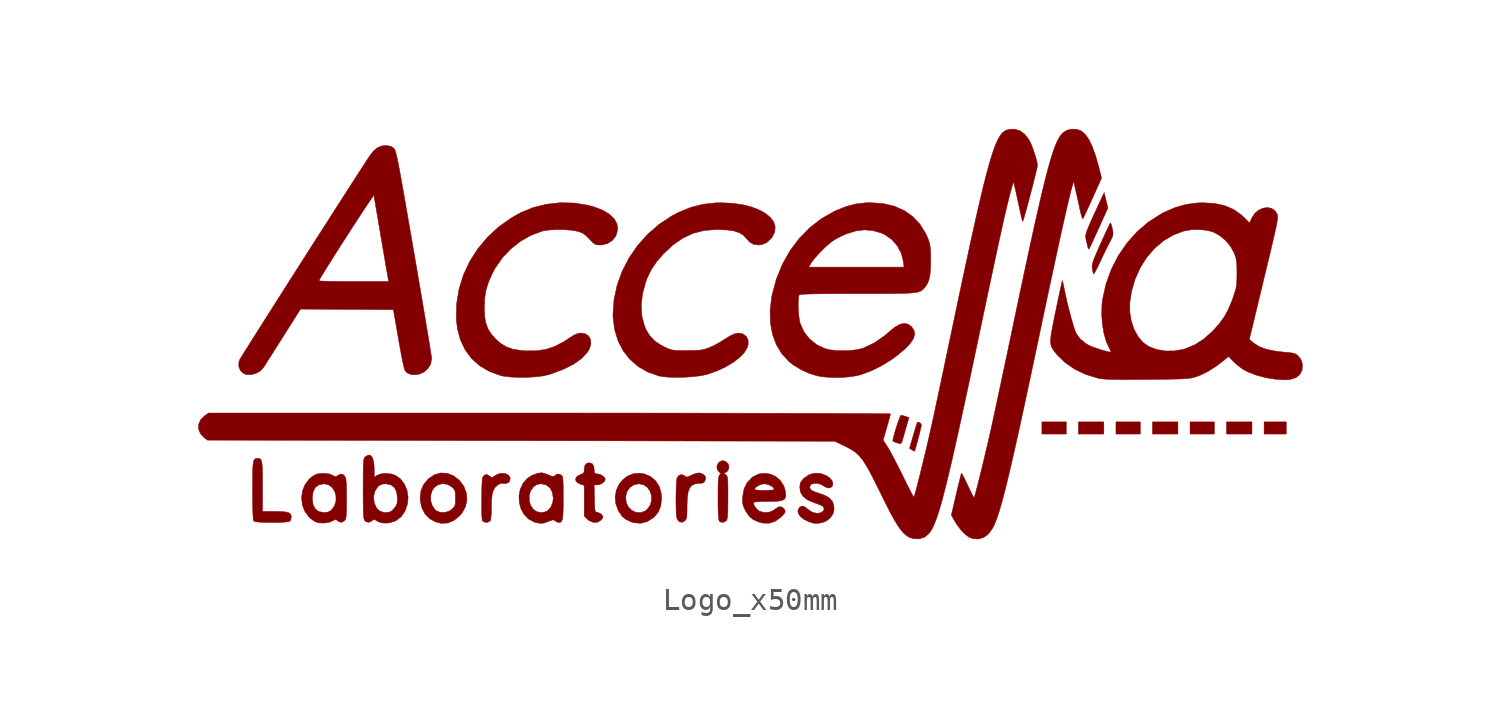
<source format=kicad_sym>
(kicad_symbol_lib
  (version 20211014)
  (generator kicad_symbol_editor)
  (symbol "Logo_x50mm"
    (pin_numbers hide)
    (pin_names
      (offset 0) hide)
    (property "Reference" "G"
      (at 0 10.16 0)
      (effects (font (size 1.27 1.27)) hide))
    (symbol "Logo_x50mm_0_0"
      (polyline (pts (xy 12.996 -4.329) (xy 11.894 -4.329) (xy 11.894 -4.88) (xy 12.996 -4.88) (xy 12.996 -4.329)) (stroke (width 0.01) (type default) (color 0 0 0 0)) (fill (type outline)))
      (polyline (pts (xy 14.699 -4.329) (xy 13.547 -4.329) (xy 13.547 -4.88) (xy 14.699 -4.88) (xy 14.699 -4.329)) (stroke (width 0.01) (type default) (color 0 0 0 0)) (fill (type outline)))
      (polyline (pts (xy 16.352 -4.329) (xy 15.25 -4.329) (xy 15.25 -4.88) (xy 16.352 -4.88) (xy 16.352 -4.329)) (stroke (width 0.01) (type default) (color 0 0 0 0)) (fill (type outline)))
      (polyline (pts (xy 18.056 -4.329) (xy 16.904 -4.329) (xy 16.904 -4.88) (xy 18.056 -4.88) (xy 18.056 -4.329)) (stroke (width 0.01) (type default) (color 0 0 0 0)) (fill (type outline)))
      (polyline (pts (xy 19.709 -4.329) (xy 18.607 -4.329) (xy 18.607 -4.88) (xy 19.709 -4.88) (xy 19.709 -4.329)) (stroke (width 0.01) (type default) (color 0 0 0 0)) (fill (type outline)))
      (polyline (pts (xy 21.412 -4.329) (xy 20.26 -4.329) (xy 20.26 -4.88) (xy 21.412 -4.88) (xy 21.412 -4.329)) (stroke (width 0.01) (type default) (color 0 0 0 0)) (fill (type outline)))
      (polyline (pts (xy 22.965 -4.329) (xy 21.963 -4.329) (xy 21.963 -4.88) (xy 22.965 -4.88) (xy 22.965 -4.329)) (stroke (width 0.01) (type default) (color 0 0 0 0)) (fill (type outline)))
      (polyline (pts (xy 6.123 -5.657) (xy 6.145 -5.598) (xy 6.184 -5.467) (xy 6.234 -5.287) (xy 6.289 -5.081) (xy 6.343 -4.873) (xy 6.388 -4.687) (xy 6.42 -4.545) (xy 6.433 -4.472) (xy 6.431 -4.459) (xy 6.387 -4.388) (xy 6.312 -4.34) (xy 6.249 -4.346) (xy 6.249 -4.346) (xy 6.228 -4.4) (xy 6.186 -4.532) (xy 6.129 -4.72) (xy 6.063 -4.946) (xy 5.895 -5.528) (xy 6.001 -5.599) (xy 6.075 -5.643) (xy 6.122 -5.657) (xy 6.123 -5.657)) (stroke (width 0.01) (type default) (color 0 0 0 0)) (fill (type outline)))
      (polyline (pts (xy 5.54 -5.266) (xy 5.578 -5.143) (xy 5.585 -5.12) (xy 5.628 -4.966) (xy 5.686 -4.761) (xy 5.749 -4.545) (xy 5.869 -4.134) (xy 5.717 -4.081) (xy 5.594 -4.044) (xy 5.507 -4.029) (xy 5.498 -4.036) (xy 5.459 -4.114) (xy 5.404 -4.257) (xy 5.34 -4.441) (xy 5.275 -4.646) (xy 5.215 -4.846) (xy 5.168 -5.022) (xy 5.14 -5.148) (xy 5.139 -5.204) (xy 5.14 -5.204) (xy 5.197 -5.229) (xy 5.306 -5.27) (xy 5.411 -5.306) (xy 5.495 -5.315) (xy 5.54 -5.266)) (stroke (width 0.01) (type default) (color 0 0 0 0)) (fill (type outline)))
      (polyline (pts (xy 14.03 3.502) (xy 14.063 3.57) (xy 14.13 3.711) (xy 14.224 3.913) (xy 14.338 4.162) (xy 14.465 4.443) (xy 14.883 5.366) (xy 14.798 5.716) (xy 14.714 6.066) (xy 14.587 5.791) (xy 14.493 5.588) (xy 14.315 5.201) (xy 14.172 4.89) (xy 14.063 4.645) (xy 13.982 4.455) (xy 13.928 4.311) (xy 13.894 4.202) (xy 13.878 4.118) (xy 13.877 4.048) (xy 13.885 3.983) (xy 13.9 3.912) (xy 13.92 3.826) (xy 13.956 3.671) (xy 13.982 3.57) (xy 14 3.522) (xy 14.027 3.499) (xy 14.03 3.502)) (stroke (width 0.01) (type default) (color 0 0 0 0)) (fill (type outline)))
      (polyline (pts (xy 14.268 2.405) (xy 14.331 2.515) (xy 14.418 2.684) (xy 14.518 2.895) (xy 14.615 3.103) (xy 14.743 3.37) (xy 14.864 3.615) (xy 14.961 3.804) (xy 15.026 3.928) (xy 15.089 4.065) (xy 15.116 4.17) (xy 15.113 4.276) (xy 15.086 4.417) (xy 15.06 4.529) (xy 15.026 4.644) (xy 15.002 4.688) (xy 14.999 4.685) (xy 14.962 4.621) (xy 14.894 4.483) (xy 14.799 4.283) (xy 14.685 4.036) (xy 14.558 3.755) (xy 14.421 3.448) (xy 14.315 3.201) (xy 14.241 3.017) (xy 14.195 2.881) (xy 14.172 2.778) (xy 14.167 2.695) (xy 14.175 2.616) (xy 14.184 2.569) (xy 14.211 2.44) (xy 14.233 2.369) (xy 14.235 2.368) (xy 14.268 2.405)) (stroke (width 0.01) (type default) (color 0 0 0 0)) (fill (type outline)))
      (polyline (pts (xy -13.116 -8.828) (xy -13.107 -8.816) (xy -13.079 -8.707) (xy -13.061 -8.501) (xy -13.056 -8.2) (xy -13.056 -8.178) (xy -13.047 -7.857) (xy -13.021 -7.617) (xy -12.971 -7.438) (xy -12.893 -7.304) (xy -12.782 -7.195) (xy -12.654 -7.123) (xy -12.5 -7.118) (xy -12.353 -7.117) (xy -12.244 -7.043) (xy -12.204 -6.904) (xy -12.21 -6.851) (xy -12.281 -6.74) (xy -12.411 -6.674) (xy -12.576 -6.656) (xy -12.753 -6.692) (xy -12.918 -6.785) (xy -12.995 -6.839) (xy -13.059 -6.84) (xy -13.15 -6.778) (xy -13.213 -6.732) (xy -13.291 -6.711) (xy -13.377 -6.752) (xy -13.384 -6.757) (xy -13.419 -6.787) (xy -13.444 -6.833) (xy -13.463 -6.908) (xy -13.475 -7.027) (xy -13.484 -7.203) (xy -13.49 -7.451) (xy -13.495 -7.785) (xy -13.498 -8.029) (xy -13.496 -8.359) (xy -13.489 -8.597) (xy -13.473 -8.749) (xy -13.451 -8.819) (xy -13.361 -8.874) (xy -13.228 -8.882) (xy -13.116 -8.828)) (stroke (width 0.01) (type default) (color 0 0 0 0)) (fill (type outline)))
      (polyline (pts (xy -22.86 -8.89) (xy -22.618 -8.884) (xy -22.41 -8.871) (xy -22.258 -8.853) (xy -22.183 -8.828) (xy -22.143 -8.752) (xy -22.123 -8.626) (xy -22.127 -8.581) (xy -22.16 -8.501) (xy -22.242 -8.445) (xy -22.384 -8.41) (xy -22.6 -8.392) (xy -22.903 -8.387) (xy -23.426 -8.387) (xy -23.426 -7.245) (xy -23.426 -7.14) (xy -23.427 -6.775) (xy -23.432 -6.496) (xy -23.443 -6.291) (xy -23.461 -6.149) (xy -23.489 -6.059) (xy -23.529 -6.009) (xy -23.582 -5.987) (xy -23.651 -5.982) (xy -23.715 -5.986) (xy -23.767 -6.004) (xy -23.806 -6.047) (xy -23.834 -6.126) (xy -23.854 -6.252) (xy -23.867 -6.435) (xy -23.873 -6.686) (xy -23.876 -7.016) (xy -23.877 -7.435) (xy -23.875 -7.854) (xy -23.871 -8.207) (xy -23.863 -8.473) (xy -23.852 -8.66) (xy -23.837 -8.776) (xy -23.817 -8.828) (xy -23.813 -8.831) (xy -23.73 -8.855) (xy -23.572 -8.873) (xy -23.359 -8.885) (xy -23.114 -8.89) (xy -22.86 -8.89)) (stroke (width 0.01) (type default) (color 0 0 0 0)) (fill (type outline)))
      (polyline (pts (xy -4.28 -8.805) (xy -4.243 -8.762) (xy -4.215 -8.691) (xy -4.198 -8.578) (xy -4.19 -8.404) (xy -4.188 -8.149) (xy -4.188 -8.127) (xy -4.176 -7.776) (xy -4.138 -7.511) (xy -4.069 -7.324) (xy -3.963 -7.201) (xy -3.813 -7.135) (xy -3.613 -7.112) (xy -3.489 -7.103) (xy -3.412 -7.061) (xy -3.364 -6.966) (xy -3.344 -6.902) (xy -3.351 -6.812) (xy -3.431 -6.729) (xy -3.479 -6.693) (xy -3.619 -6.641) (xy -3.782 -6.659) (xy -3.992 -6.746) (xy -4.08 -6.79) (xy -4.178 -6.827) (xy -4.24 -6.822) (xy -4.297 -6.775) (xy -4.319 -6.756) (xy -4.44 -6.715) (xy -4.559 -6.756) (xy -4.643 -6.869) (xy -4.653 -6.92) (xy -4.668 -7.066) (xy -4.679 -7.279) (xy -4.686 -7.54) (xy -4.689 -7.828) (xy -4.689 -7.984) (xy -4.685 -8.27) (xy -4.677 -8.477) (xy -4.663 -8.62) (xy -4.641 -8.715) (xy -4.611 -8.777) (xy -4.533 -8.857) (xy -4.412 -8.88) (xy -4.28 -8.805)) (stroke (width 0.01) (type default) (color 0 0 0 0)) (fill (type outline)))
      (polyline (pts (xy -2.413 -8.809) (xy -2.406 -8.802) (xy -2.38 -8.754) (xy -2.361 -8.674) (xy -2.348 -8.549) (xy -2.34 -8.363) (xy -2.336 -8.105) (xy -2.334 -7.76) (xy -2.334 -7.608) (xy -2.335 -7.311) (xy -2.339 -7.094) (xy -2.346 -6.943) (xy -2.359 -6.843) (xy -2.379 -6.781) (xy -2.407 -6.742) (xy -2.446 -6.712) (xy -2.484 -6.684) (xy -2.518 -6.644) (xy -2.473 -6.634) (xy -2.387 -6.595) (xy -2.314 -6.49) (xy -2.284 -6.353) (xy -2.327 -6.227) (xy -2.433 -6.125) (xy -2.564 -6.082) (xy -2.688 -6.116) (xy -2.788 -6.215) (xy -2.836 -6.349) (xy -2.821 -6.487) (xy -2.734 -6.599) (xy -2.695 -6.628) (xy -2.663 -6.678) (xy -2.709 -6.733) (xy -2.716 -6.739) (xy -2.741 -6.782) (xy -2.759 -6.86) (xy -2.772 -6.986) (xy -2.78 -7.173) (xy -2.784 -7.434) (xy -2.785 -7.782) (xy -2.784 -8.122) (xy -2.777 -8.421) (xy -2.765 -8.634) (xy -2.748 -8.768) (xy -2.725 -8.828) (xy -2.669 -8.867) (xy -2.539 -8.88) (xy -2.413 -8.809)) (stroke (width 0.01) (type default) (color 0 0 0 0)) (fill (type outline)))
      (polyline (pts (xy -5.992 -8.847) (xy -5.712 -8.672) (xy -5.678 -8.642) (xy -5.489 -8.414) (xy -5.378 -8.133) (xy -5.341 -7.789) (xy -5.356 -7.579) (xy -5.444 -7.263) (xy -5.608 -7.003) (xy -5.839 -6.806) (xy -6.132 -6.685) (xy -6.34 -6.654) (xy -6.63 -6.682) (xy -6.89 -6.787) (xy -7.11 -6.958) (xy -7.283 -7.18) (xy -7.397 -7.443) (xy -7.442 -7.709) (xy -6.968 -7.709) (xy -6.908 -7.484) (xy -6.78 -7.301) (xy -6.596 -7.179) (xy -6.369 -7.135) (xy -6.164 -7.175) (xy -5.993 -7.29) (xy -5.87 -7.46) (xy -5.802 -7.665) (xy -5.795 -7.885) (xy -5.856 -8.102) (xy -5.991 -8.294) (xy -6.101 -8.378) (xy -6.296 -8.442) (xy -6.5 -8.427) (xy -6.69 -8.341) (xy -6.846 -8.19) (xy -6.944 -7.983) (xy -6.95 -7.96) (xy -6.968 -7.709) (xy -7.442 -7.709) (xy -7.446 -7.731) (xy -7.418 -8.034) (xy -7.307 -8.338) (xy -7.286 -8.376) (xy -7.136 -8.598) (xy -6.956 -8.752) (xy -6.715 -8.863) (xy -6.588 -8.901) (xy -6.284 -8.924) (xy -5.992 -8.847)) (stroke (width 0.01) (type default) (color 0 0 0 0)) (fill (type outline)))
      (polyline (pts (xy -8.249 -8.877) (xy -8.096 -8.788) (xy -8.028 -8.709) (xy -7.996 -8.647) (xy -8.026 -8.565) (xy -8.122 -8.476) (xy -8.246 -8.428) (xy -8.249 -8.428) (xy -8.301 -8.418) (xy -8.336 -8.393) (xy -8.358 -8.335) (xy -8.371 -8.228) (xy -8.379 -8.055) (xy -8.385 -7.798) (xy -8.399 -7.185) (xy -8.248 -7.185) (xy -8.177 -7.175) (xy -8.044 -7.117) (xy -7.939 -7.028) (xy -7.895 -6.934) (xy -7.909 -6.884) (xy -7.991 -6.79) (xy -8.115 -6.715) (xy -8.246 -6.684) (xy -8.266 -6.684) (xy -8.354 -6.671) (xy -8.39 -6.618) (xy -8.396 -6.493) (xy -8.416 -6.332) (xy -8.489 -6.219) (xy -8.622 -6.183) (xy -8.733 -6.206) (xy -8.819 -6.304) (xy -8.847 -6.483) (xy -8.854 -6.592) (xy -8.898 -6.665) (xy -9.006 -6.711) (xy -9.03 -6.719) (xy -9.176 -6.799) (xy -9.242 -6.905) (xy -9.219 -7.022) (xy -9.218 -7.022) (xy -9.133 -7.098) (xy -9.006 -7.157) (xy -8.847 -7.205) (xy -8.847 -8.595) (xy -8.701 -8.742) (xy -8.611 -8.814) (xy -8.43 -8.885) (xy -8.249 -8.877)) (stroke (width 0.01) (type default) (color 0 0 0 0)) (fill (type outline)))
      (polyline (pts (xy -15.04 -8.913) (xy -14.765 -8.803) (xy -14.502 -8.594) (xy -14.385 -8.459) (xy -14.229 -8.174) (xy -14.163 -7.868) (xy -14.187 -7.557) (xy -14.299 -7.257) (xy -14.501 -6.984) (xy -14.515 -6.969) (xy -14.776 -6.768) (xy -15.057 -6.658) (xy -15.344 -6.643) (xy -15.626 -6.721) (xy -15.89 -6.895) (xy -15.924 -6.925) (xy -16.128 -7.17) (xy -16.246 -7.452) (xy -16.269 -7.659) (xy -15.804 -7.659) (xy -15.736 -7.436) (xy -15.646 -7.307) (xy -15.47 -7.178) (xy -15.262 -7.128) (xy -15.047 -7.161) (xy -14.847 -7.281) (xy -14.811 -7.314) (xy -14.74 -7.391) (xy -14.702 -7.474) (xy -14.687 -7.596) (xy -14.684 -7.786) (xy -14.684 -7.865) (xy -14.69 -8.027) (xy -14.713 -8.131) (xy -14.762 -8.208) (xy -14.847 -8.291) (xy -14.947 -8.361) (xy -15.152 -8.432) (xy -15.365 -8.432) (xy -15.55 -8.359) (xy -15.61 -8.309) (xy -15.735 -8.126) (xy -15.802 -7.899) (xy -15.804 -7.659) (xy -16.269 -7.659) (xy -16.283 -7.786) (xy -16.279 -7.891) (xy -16.211 -8.216) (xy -16.066 -8.496) (xy -15.852 -8.717) (xy -15.579 -8.865) (xy -15.331 -8.925) (xy -15.04 -8.913)) (stroke (width 0.01) (type default) (color 0 0 0 0)) (fill (type outline)))
      (polyline (pts (xy 1.983 -8.879) (xy 2.111 -8.827) (xy 2.3 -8.683) (xy 2.428 -8.494) (xy 2.475 -8.283) (xy 2.462 -8.116) (xy 2.396 -7.928) (xy 2.263 -7.779) (xy 2.054 -7.657) (xy 1.755 -7.551) (xy 1.604 -7.502) (xy 1.464 -7.438) (xy 1.393 -7.367) (xy 1.373 -7.277) (xy 1.373 -7.263) (xy 1.424 -7.169) (xy 1.538 -7.119) (xy 1.692 -7.113) (xy 1.86 -7.154) (xy 2.018 -7.242) (xy 2.038 -7.257) (xy 2.188 -7.325) (xy 2.311 -7.315) (xy 2.393 -7.245) (xy 2.423 -7.135) (xy 2.387 -7.002) (xy 2.272 -6.865) (xy 2.123 -6.762) (xy 1.861 -6.665) (xy 1.591 -6.653) (xy 1.334 -6.727) (xy 1.11 -6.885) (xy 1.078 -6.917) (xy 0.978 -7.037) (xy 0.933 -7.151) (xy 0.922 -7.302) (xy 0.954 -7.513) (xy 1.069 -7.707) (xy 1.27 -7.864) (xy 1.563 -7.99) (xy 1.565 -7.99) (xy 1.742 -8.053) (xy 1.885 -8.11) (xy 1.962 -8.149) (xy 1.972 -8.158) (xy 2.024 -8.259) (xy 1.993 -8.364) (xy 1.887 -8.442) (xy 1.71 -8.474) (xy 1.491 -8.426) (xy 1.28 -8.287) (xy 1.227 -8.239) (xy 1.099 -8.155) (xy 0.997 -8.149) (xy 0.9 -8.215) (xy 0.897 -8.219) (xy 0.834 -8.345) (xy 0.857 -8.485) (xy 0.959 -8.627) (xy 1.129 -8.759) (xy 1.36 -8.867) (xy 1.548 -8.92) (xy 1.752 -8.929) (xy 1.983 -8.879)) (stroke (width 0.01) (type default) (color 0 0 0 0)) (fill (type outline)))
      (polyline (pts (xy -20.4 -8.878) (xy -20.231 -8.809) (xy -20.166 -8.77) (xy -20.096 -8.758) (xy -20.024 -8.809) (xy -19.957 -8.859) (xy -19.837 -8.88) (xy -19.71 -8.805) (xy -19.691 -8.786) (xy -19.663 -8.739) (xy -19.643 -8.666) (xy -19.63 -8.552) (xy -19.623 -8.382) (xy -19.619 -8.141) (xy -19.618 -7.814) (xy -19.619 -7.55) (xy -19.623 -7.278) (xy -19.632 -7.081) (xy -19.646 -6.944) (xy -19.668 -6.854) (xy -19.696 -6.795) (xy -19.772 -6.717) (xy -19.892 -6.69) (xy -20.024 -6.763) (xy -20.083 -6.807) (xy -20.148 -6.809) (xy -20.25 -6.751) (xy -20.417 -6.685) (xy -20.676 -6.66) (xy -20.69 -6.66) (xy -20.88 -6.673) (xy -21.025 -6.717) (xy -21.178 -6.81) (xy -21.318 -6.928) (xy -21.503 -7.177) (xy -21.616 -7.467) (xy -21.656 -7.778) (xy -21.655 -7.786) (xy -21.172 -7.786) (xy -21.171 -7.766) (xy -21.134 -7.495) (xy -21.032 -7.298) (xy -20.867 -7.178) (xy -20.64 -7.136) (xy -20.621 -7.136) (xy -20.423 -7.186) (xy -20.266 -7.307) (xy -20.155 -7.482) (xy -20.098 -7.69) (xy -20.098 -7.912) (xy -20.162 -8.128) (xy -20.296 -8.318) (xy -20.324 -8.344) (xy -20.454 -8.416) (xy -20.634 -8.437) (xy -20.66 -8.437) (xy -20.883 -8.39) (xy -21.043 -8.265) (xy -21.139 -8.064) (xy -21.172 -7.786) (xy -21.655 -7.786) (xy -21.621 -8.09) (xy -21.51 -8.383) (xy -21.322 -8.638) (xy -21.243 -8.709) (xy -21.092 -8.819) (xy -20.96 -8.884) (xy -20.841 -8.908) (xy -20.619 -8.912) (xy -20.4 -8.878)) (stroke (width 0.01) (type default) (color 0 0 0 0)) (fill (type outline)))
      (polyline (pts (xy -10.675 -8.915) (xy -10.459 -8.837) (xy -10.413 -8.817) (xy -10.295 -8.773) (xy -10.224 -8.773) (xy -10.167 -8.813) (xy -10.112 -8.854) (xy -10.006 -8.888) (xy -9.972 -8.887) (xy -9.913 -8.871) (xy -9.868 -8.828) (xy -9.838 -8.746) (xy -9.817 -8.612) (xy -9.806 -8.414) (xy -9.8 -8.14) (xy -9.799 -7.778) (xy -9.799 -7.708) (xy -9.8 -7.385) (xy -9.803 -7.147) (xy -9.81 -6.979) (xy -9.821 -6.867) (xy -9.838 -6.798) (xy -9.863 -6.759) (xy -9.896 -6.736) (xy -9.97 -6.701) (xy -10.073 -6.692) (xy -10.167 -6.758) (xy -10.184 -6.774) (xy -10.241 -6.803) (xy -10.322 -6.791) (xy -10.459 -6.734) (xy -10.523 -6.707) (xy -10.671 -6.656) (xy -10.776 -6.635) (xy -10.972 -6.661) (xy -11.219 -6.754) (xy -11.437 -6.899) (xy -11.625 -7.119) (xy -11.749 -7.388) (xy -11.803 -7.676) (xy -11.342 -7.676) (xy -11.282 -7.463) (xy -11.152 -7.277) (xy -11.131 -7.257) (xy -10.988 -7.162) (xy -10.816 -7.135) (xy -10.786 -7.135) (xy -10.566 -7.19) (xy -10.397 -7.324) (xy -10.288 -7.526) (xy -10.25 -7.786) (xy -10.272 -7.974) (xy -10.362 -8.197) (xy -10.511 -8.359) (xy -10.524 -8.367) (xy -10.658 -8.417) (xy -10.816 -8.437) (xy -10.818 -8.437) (xy -11.014 -8.393) (xy -11.17 -8.274) (xy -11.281 -8.102) (xy -11.34 -7.896) (xy -11.342 -7.676) (xy -11.803 -7.676) (xy -11.804 -7.681) (xy -11.791 -7.979) (xy -11.714 -8.265) (xy -11.576 -8.519) (xy -11.379 -8.725) (xy -11.127 -8.863) (xy -11.089 -8.876) (xy -10.87 -8.927) (xy -10.675 -8.915)) (stroke (width 0.01) (type default) (color 0 0 0 0)) (fill (type outline)))
      (polyline (pts (xy -0.189 -8.831) (xy 0.071 -8.643) (xy 0.076 -8.638) (xy 0.204 -8.505) (xy 0.259 -8.41) (xy 0.246 -8.329) (xy 0.172 -8.238) (xy 0.127 -8.2) (xy 0.03 -8.168) (xy -0.088 -8.206) (xy -0.247 -8.32) (xy -0.271 -8.339) (xy -0.462 -8.421) (xy -0.687 -8.434) (xy -0.908 -8.377) (xy -0.939 -8.36) (xy -1.054 -8.255) (xy -1.145 -8.117) (xy -1.182 -7.989) (xy -1.165 -7.973) (xy -1.061 -7.953) (xy -0.865 -7.941) (xy -0.584 -7.936) (xy -0.298 -7.934) (xy -0.049 -7.92) (xy 0.122 -7.887) (xy 0.227 -7.83) (xy 0.277 -7.74) (xy 0.284 -7.611) (xy 0.26 -7.436) (xy 0.195 -7.226) (xy 0.046 -6.992) (xy -0.16 -6.813) (xy -0.405 -6.698) (xy -0.67 -6.655) (xy -0.939 -6.69) (xy -1.192 -6.812) (xy -1.251 -6.856) (xy -1.468 -7.088) (xy -1.607 -7.377) (xy -1.609 -7.389) (xy -1.132 -7.389) (xy -1.132 -7.385) (xy -1.084 -7.303) (xy -0.971 -7.221) (xy -0.826 -7.159) (xy -0.681 -7.135) (xy -0.674 -7.135) (xy -0.528 -7.162) (xy -0.384 -7.225) (xy -0.274 -7.307) (xy -0.23 -7.389) (xy -0.242 -7.399) (xy -0.329 -7.418) (xy -0.483 -7.43) (xy -0.681 -7.435) (xy -0.782 -7.434) (xy -0.962 -7.425) (xy -1.086 -7.409) (xy -1.132 -7.389) (xy -1.609 -7.389) (xy -1.669 -7.729) (xy -1.676 -7.863) (xy -1.668 -8.025) (xy -1.629 -8.166) (xy -1.549 -8.334) (xy -1.514 -8.399) (xy -1.368 -8.609) (xy -1.192 -8.755) (xy -0.954 -8.863) (xy -0.769 -8.914) (xy -0.469 -8.921) (xy -0.189 -8.831)) (stroke (width 0.01) (type default) (color 0 0 0 0)) (fill (type outline)))
      (polyline (pts (xy -17.721 -8.911) (xy -17.658 -8.903) (xy -17.379 -8.807) (xy -17.146 -8.628) (xy -16.97 -8.374) (xy -16.857 -8.052) (xy -16.829 -7.745) (xy -16.877 -7.436) (xy -16.994 -7.154) (xy -17.169 -6.92) (xy -17.396 -6.755) (xy -17.598 -6.688) (xy -17.835 -6.663) (xy -18.06 -6.684) (xy -18.234 -6.75) (xy -18.366 -6.836) (xy -18.366 -6.446) (xy -18.366 -6.4) (xy -18.389 -6.133) (xy -18.445 -5.947) (xy -18.53 -5.845) (xy -18.642 -5.833) (xy -18.775 -5.915) (xy -18.784 -5.923) (xy -18.809 -5.957) (xy -18.829 -6.01) (xy -18.844 -6.093) (xy -18.854 -6.217) (xy -18.861 -6.394) (xy -18.865 -6.637) (xy -18.866 -6.956) (xy -18.867 -7.364) (xy -18.867 -7.638) (xy -18.866 -7.713) (xy -18.392 -7.713) (xy -18.331 -7.463) (xy -18.189 -7.254) (xy -18.161 -7.228) (xy -18.032 -7.156) (xy -17.855 -7.136) (xy -17.826 -7.137) (xy -17.602 -7.186) (xy -17.442 -7.312) (xy -17.346 -7.515) (xy -17.314 -7.795) (xy -17.315 -7.873) (xy -17.331 -8.026) (xy -17.377 -8.141) (xy -17.469 -8.26) (xy -17.473 -8.264) (xy -17.586 -8.375) (xy -17.695 -8.425) (xy -17.847 -8.437) (xy -17.933 -8.432) (xy -18.128 -8.365) (xy -18.271 -8.217) (xy -18.367 -7.981) (xy -18.368 -7.978) (xy -18.392 -7.713) (xy -18.866 -7.713) (xy -18.865 -7.994) (xy -18.861 -8.268) (xy -18.855 -8.472) (xy -18.845 -8.616) (xy -18.831 -8.713) (xy -18.812 -8.774) (xy -18.788 -8.809) (xy -18.728 -8.857) (xy -18.596 -8.881) (xy -18.459 -8.806) (xy -18.451 -8.799) (xy -18.369 -8.752) (xy -18.295 -8.784) (xy -18.211 -8.836) (xy -18.081 -8.89) (xy -18.05 -8.898) (xy -17.894 -8.916) (xy -17.721 -8.911)) (stroke (width 0.01) (type default) (color 0 0 0 0)) (fill (type outline)))
      (polyline (pts (xy -11.435 -2.311) (xy -11.059 -2.288) (xy -10.721 -2.247) (xy -10.45 -2.186) (xy -10.32 -2.145) (xy -9.771 -1.938) (xy -9.317 -1.706) (xy -8.959 -1.448) (xy -8.698 -1.166) (xy -8.604 -1.005) (xy -8.545 -0.79) (xy -8.562 -0.597) (xy -8.648 -0.44) (xy -8.798 -0.337) (xy -9.006 -0.303) (xy -9.144 -0.323) (xy -9.305 -0.391) (xy -9.505 -0.518) (xy -9.782 -0.701) (xy -10.184 -0.91) (xy -10.583 -1.043) (xy -11.005 -1.107) (xy -11.477 -1.11) (xy -11.733 -1.091) (xy -12.08 -1.034) (xy -12.367 -0.934) (xy -12.619 -0.785) (xy -12.859 -0.576) (xy -13.041 -0.374) (xy -13.199 -0.133) (xy -13.302 0.133) (xy -13.358 0.446) (xy -13.376 0.831) (xy -13.376 0.853) (xy -13.358 1.275) (xy -13.297 1.649) (xy -13.183 2.013) (xy -13.008 2.409) (xy -12.885 2.637) (xy -12.561 3.101) (xy -12.171 3.512) (xy -11.731 3.86) (xy -11.253 4.13) (xy -10.751 4.314) (xy -10.667 4.333) (xy -10.393 4.369) (xy -10.071 4.385) (xy -9.736 4.38) (xy -9.424 4.356) (xy -9.171 4.312) (xy -9.049 4.277) (xy -8.903 4.213) (xy -8.771 4.115) (xy -8.617 3.961) (xy -8.551 3.891) (xy -8.435 3.778) (xy -8.343 3.716) (xy -8.246 3.692) (xy -8.115 3.687) (xy -8.03 3.692) (xy -7.783 3.759) (xy -7.572 3.893) (xy -7.426 4.076) (xy -7.398 4.137) (xy -7.331 4.398) (xy -7.362 4.644) (xy -7.486 4.872) (xy -7.701 5.079) (xy -8.006 5.26) (xy -8.396 5.412) (xy -8.684 5.491) (xy -9.297 5.589) (xy -9.927 5.603) (xy -10.554 5.535) (xy -11.158 5.385) (xy -11.719 5.157) (xy -12.132 4.927) (xy -12.712 4.517) (xy -13.226 4.045) (xy -13.668 3.519) (xy -14.035 2.946) (xy -14.321 2.333) (xy -14.521 1.69) (xy -14.631 1.023) (xy -14.646 0.342) (xy -14.595 -0.11) (xy -14.457 -0.619) (xy -14.24 -1.071) (xy -13.947 -1.462) (xy -13.581 -1.788) (xy -13.146 -2.044) (xy -12.645 -2.227) (xy -12.498 -2.259) (xy -12.185 -2.296) (xy -11.821 -2.314) (xy -11.435 -2.311)) (stroke (width 0.01) (type default) (color 0 0 0 0)) (fill (type outline)))
      (polyline (pts (xy -4.224 -2.302) (xy -3.865 -2.275) (xy -3.543 -2.233) (xy -3.286 -2.178) (xy -3.277 -2.175) (xy -2.855 -2.029) (xy -2.461 -1.848) (xy -2.111 -1.642) (xy -1.818 -1.42) (xy -1.597 -1.192) (xy -1.461 -0.967) (xy -1.421 -0.833) (xy -1.42 -0.625) (xy -1.5 -0.457) (xy -1.657 -0.344) (xy -1.695 -0.329) (xy -1.855 -0.304) (xy -2.032 -0.338) (xy -2.244 -0.435) (xy -2.508 -0.601) (xy -2.715 -0.73) (xy -2.958 -0.862) (xy -3.176 -0.962) (xy -3.263 -0.995) (xy -3.399 -1.04) (xy -3.535 -1.069) (xy -3.694 -1.086) (xy -3.904 -1.094) (xy -4.188 -1.096) (xy -4.219 -1.096) (xy -4.486 -1.096) (xy -4.679 -1.09) (xy -4.823 -1.075) (xy -4.94 -1.048) (xy -5.055 -1.005) (xy -5.192 -0.942) (xy -5.398 -0.836) (xy -5.67 -0.648) (xy -5.877 -0.426) (xy -6.043 -0.15) (xy -6.118 0.021) (xy -6.234 0.462) (xy -6.264 0.943) (xy -6.209 1.455) (xy -6.067 1.991) (xy -5.997 2.182) (xy -5.816 2.556) (xy -5.578 2.913) (xy -5.265 3.278) (xy -4.841 3.678) (xy -4.388 3.994) (xy -3.913 4.215) (xy -3.409 4.345) (xy -2.87 4.387) (xy -2.721 4.385) (xy -2.346 4.365) (xy -2.05 4.32) (xy -1.82 4.244) (xy -1.642 4.135) (xy -1.503 3.987) (xy -1.497 3.98) (xy -1.336 3.806) (xy -1.164 3.714) (xy -0.952 3.687) (xy -0.798 3.704) (xy -0.561 3.809) (xy -0.358 4.004) (xy -0.323 4.054) (xy -0.212 4.287) (xy -0.195 4.516) (xy -0.263 4.733) (xy -0.412 4.936) (xy -0.635 5.12) (xy -0.925 5.281) (xy -1.276 5.414) (xy -1.682 5.514) (xy -2.137 5.578) (xy -2.635 5.601) (xy -2.89 5.596) (xy -3.467 5.533) (xy -4.013 5.394) (xy -4.561 5.171) (xy -4.894 4.996) (xy -5.464 4.617) (xy -5.979 4.168) (xy -6.432 3.659) (xy -6.816 3.1) (xy -7.126 2.501) (xy -7.355 1.872) (xy -7.496 1.222) (xy -7.544 0.562) (xy -7.539 0.378) (xy -7.466 -0.167) (xy -7.311 -0.666) (xy -7.078 -1.113) (xy -6.772 -1.501) (xy -6.397 -1.823) (xy -5.959 -2.075) (xy -5.46 -2.248) (xy -5.247 -2.285) (xy -4.942 -2.308) (xy -4.592 -2.313) (xy -4.224 -2.302)) (stroke (width 0.01) (type default) (color 0 0 0 0)) (fill (type outline)))
      (polyline (pts (xy 9.253 -9.569) (xy 9.47 -9.409) (xy 9.651 -9.162) (xy 9.693 -9.083) (xy 9.757 -8.945) (xy 9.823 -8.78) (xy 9.893 -8.584) (xy 9.967 -8.352) (xy 10.048 -8.08) (xy 10.134 -7.764) (xy 10.229 -7.399) (xy 10.333 -6.981) (xy 10.446 -6.504) (xy 10.571 -5.966) (xy 10.708 -5.36) (xy 10.858 -4.683) (xy 11.022 -3.93) (xy 11.202 -3.097) (xy 11.398 -2.179) (xy 11.612 -1.172) (xy 11.844 -0.071) (xy 11.935 0.361) (xy 12.141 1.335) (xy 12.333 2.231) (xy 12.509 3.048) (xy 12.669 3.783) (xy 12.812 4.434) (xy 12.939 4.998) (xy 13.048 5.473) (xy 13.139 5.857) (xy 13.211 6.147) (xy 13.265 6.342) (xy 13.332 6.567) (xy 13.436 6.116) (xy 13.445 6.08) (xy 13.507 5.803) (xy 13.572 5.507) (xy 13.627 5.251) (xy 13.645 5.172) (xy 13.688 5.008) (xy 13.725 4.902) (xy 13.75 4.875) (xy 13.752 4.878) (xy 13.787 4.945) (xy 13.856 5.087) (xy 13.95 5.289) (xy 14.064 5.537) (xy 14.19 5.816) (xy 14.596 6.718) (xy 14.496 7.119) (xy 14.459 7.266) (xy 14.316 7.76) (xy 14.17 8.161) (xy 14.018 8.473) (xy 13.857 8.7) (xy 13.686 8.85) (xy 13.5 8.924) (xy 13.264 8.941) (xy 13.034 8.889) (xy 12.847 8.773) (xy 12.793 8.717) (xy 12.722 8.626) (xy 12.652 8.513) (xy 12.58 8.373) (xy 12.506 8.202) (xy 12.428 7.996) (xy 12.346 7.749) (xy 12.259 7.458) (xy 12.164 7.118) (xy 12.062 6.725) (xy 11.95 6.273) (xy 11.828 5.76) (xy 11.694 5.179) (xy 11.548 4.527) (xy 11.388 3.799) (xy 11.213 2.99) (xy 11.022 2.097) (xy 10.814 1.115) (xy 10.587 0.038) (xy 10.565 -0.071) (xy 10.437 -0.679) (xy 10.308 -1.288) (xy 10.181 -1.887) (xy 10.059 -2.463) (xy 9.944 -3.002) (xy 9.839 -3.494) (xy 9.746 -3.925) (xy 9.669 -4.282) (xy 9.61 -4.554) (xy 9.608 -4.564) (xy 9.533 -4.899) (xy 9.449 -5.264) (xy 9.359 -5.645) (xy 9.268 -6.03) (xy 9.177 -6.407) (xy 9.089 -6.762) (xy 9.009 -7.083) (xy 8.938 -7.357) (xy 8.881 -7.571) (xy 8.841 -7.714) (xy 8.819 -7.771) (xy 8.818 -7.771) (xy 8.787 -7.723) (xy 8.723 -7.603) (xy 8.637 -7.427) (xy 8.536 -7.211) (xy 8.52 -7.178) (xy 8.42 -6.968) (xy 8.336 -6.799) (xy 8.276 -6.689) (xy 8.249 -6.654) (xy 8.248 -6.655) (xy 8.229 -6.716) (xy 8.192 -6.858) (xy 8.141 -7.065) (xy 8.078 -7.323) (xy 8.009 -7.615) (xy 7.789 -8.557) (xy 7.934 -8.81) (xy 8.036 -8.975) (xy 8.226 -9.23) (xy 8.419 -9.43) (xy 8.597 -9.556) (xy 8.752 -9.615) (xy 9.01 -9.639) (xy 9.253 -9.569)) (stroke (width 0.01) (type default) (color 0 0 0 0)) (fill (type outline)))
      (polyline (pts (xy 2.834 -2.316) (xy 3.225 -2.284) (xy 3.557 -2.224) (xy 3.732 -2.175) (xy 4.198 -1.998) (xy 4.668 -1.762) (xy 5.105 -1.486) (xy 5.367 -1.292) (xy 5.693 -1.019) (xy 5.927 -0.774) (xy 6.072 -0.554) (xy 6.129 -0.357) (xy 6.099 -0.179) (xy 5.986 -0.017) (xy 5.835 0.095) (xy 5.655 0.136) (xy 5.453 0.092) (xy 5.222 -0.04) (xy 4.955 -0.26) (xy 4.777 -0.416) (xy 4.307 -0.744) (xy 3.799 -0.985) (xy 3.576 -1.046) (xy 3.269 -1.088) (xy 2.929 -1.105) (xy 2.589 -1.097) (xy 2.281 -1.062) (xy 2.037 -1) (xy 1.692 -0.832) (xy 1.367 -0.575) (xy 1.114 -0.252) (xy 0.94 0.13) (xy 0.91 0.251) (xy 0.88 0.454) (xy 0.86 0.689) (xy 0.849 0.93) (xy 0.85 1.149) (xy 0.864 1.322) (xy 0.89 1.422) (xy 0.891 1.422) (xy 0.924 1.436) (xy 1.008 1.448) (xy 1.149 1.458) (xy 1.353 1.466) (xy 1.625 1.472) (xy 1.973 1.477) (xy 2.403 1.48) (xy 2.92 1.482) (xy 3.532 1.482) (xy 3.626 1.482) (xy 4.214 1.482) (xy 4.711 1.483) (xy 5.125 1.486) (xy 5.466 1.491) (xy 5.742 1.499) (xy 5.96 1.511) (xy 6.13 1.528) (xy 6.26 1.551) (xy 6.357 1.581) (xy 6.431 1.617) (xy 6.49 1.662) (xy 6.543 1.715) (xy 6.597 1.778) (xy 6.623 1.811) (xy 6.716 1.958) (xy 6.782 2.134) (xy 6.825 2.357) (xy 6.847 2.643) (xy 6.854 3.01) (xy 6.854 3.043) (xy 6.851 3.32) (xy 6.841 3.524) (xy 6.82 3.683) (xy 6.787 3.82) (xy 6.736 3.962) (xy 6.636 4.191) (xy 6.375 4.617) (xy 6.048 4.969) (xy 5.657 5.245) (xy 5.205 5.445) (xy 4.695 5.565) (xy 4.13 5.605) (xy 3.913 5.599) (xy 3.453 5.545) (xy 3.005 5.426) (xy 2.533 5.235) (xy 2.496 5.218) (xy 1.907 4.884) (xy 1.371 4.469) (xy 0.893 3.981) (xy 0.478 3.425) (xy 0.132 2.811) (xy 0.08 2.685) (xy 1.326 2.685) (xy 1.434 2.873) (xy 1.492 2.957) (xy 1.615 3.107) (xy 1.775 3.286) (xy 1.951 3.469) (xy 2.155 3.664) (xy 2.353 3.828) (xy 2.551 3.958) (xy 2.781 4.079) (xy 3.043 4.194) (xy 3.457 4.324) (xy 3.844 4.373) (xy 4.223 4.341) (xy 4.611 4.231) (xy 4.801 4.143) (xy 5.103 3.924) (xy 5.348 3.639) (xy 5.524 3.307) (xy 5.614 2.945) (xy 5.645 2.685) (xy 1.326 2.685) (xy 0.08 2.685) (xy -0.14 2.144) (xy -0.332 1.432) (xy -0.356 1.309) (xy -0.424 0.714) (xy -0.41 0.155) (xy -0.315 -0.363) (xy -0.14 -0.833) (xy 0.112 -1.248) (xy 0.44 -1.603) (xy 0.617 -1.742) (xy 0.968 -1.958) (xy 1.351 -2.133) (xy 1.724 -2.247) (xy 2.029 -2.294) (xy 2.423 -2.32) (xy 2.834 -2.316)) (stroke (width 0.01) (type default) (color 0 0 0 0)) (fill (type outline)))
      (polyline (pts (xy -16.34 -2.173) (xy -16.115 -2.074) (xy -15.931 -1.913) (xy -15.806 -1.705) (xy -15.762 -1.463) (xy -15.762 -1.456) (xy -15.774 -1.363) (xy -15.802 -1.181) (xy -15.844 -0.915) (xy -15.899 -0.574) (xy -15.967 -0.164) (xy -16.046 0.307) (xy -16.134 0.833) (xy -16.231 1.406) (xy -16.336 2.019) (xy -16.446 2.665) (xy -16.562 3.336) (xy -16.577 3.426) (xy -16.71 4.197) (xy -16.828 4.876) (xy -16.931 5.468) (xy -17.02 5.981) (xy -17.098 6.42) (xy -17.165 6.79) (xy -17.222 7.099) (xy -17.27 7.352) (xy -17.311 7.555) (xy -17.346 7.714) (xy -17.376 7.835) (xy -17.402 7.924) (xy -17.425 7.987) (xy -17.447 8.031) (xy -17.468 8.061) (xy -17.491 8.083) (xy -17.61 8.158) (xy -17.823 8.196) (xy -18.022 8.176) (xy -18.222 8.095) (xy -18.403 7.941) (xy -18.585 7.701) (xy -18.62 7.649) (xy -18.767 7.425) (xy -18.953 7.138) (xy -19.174 6.795) (xy -19.427 6.403) (xy -19.706 5.968) (xy -20.008 5.498) (xy -20.328 4.998) (xy -20.663 4.476) (xy -21.007 3.938) (xy -21.357 3.39) (xy -21.707 2.84) (xy -22.055 2.295) (xy -22.201 2.065) (xy -20.871 2.065) (xy -20.86 2.092) (xy -20.802 2.194) (xy -20.701 2.361) (xy -20.564 2.584) (xy -20.397 2.851) (xy -20.206 3.153) (xy -19.998 3.481) (xy -19.779 3.824) (xy -19.555 4.171) (xy -19.334 4.514) (xy -19.121 4.842) (xy -18.923 5.145) (xy -18.746 5.414) (xy -18.596 5.637) (xy -18.481 5.806) (xy -18.407 5.91) (xy -18.379 5.939) (xy -18.333 5.667) (xy -18.27 5.291) (xy -18.201 4.89) (xy -18.131 4.476) (xy -18.06 4.06) (xy -17.991 3.656) (xy -17.926 3.276) (xy -17.867 2.932) (xy -17.816 2.637) (xy -17.776 2.404) (xy -17.748 2.244) (xy -17.735 2.171) (xy -17.707 2.033) (xy -19.289 2.033) (xy -19.497 2.034) (xy -19.867 2.036) (xy -20.197 2.039) (xy -20.474 2.044) (xy -20.686 2.05) (xy -20.823 2.058) (xy -20.871 2.065) (xy -22.201 2.065) (xy -22.396 1.76) (xy -22.725 1.243) (xy -23.038 0.75) (xy -23.331 0.288) (xy -23.6 -0.137) (xy -23.841 -0.517) (xy -24.048 -0.847) (xy -24.219 -1.118) (xy -24.348 -1.326) (xy -24.432 -1.462) (xy -24.465 -1.521) (xy -24.498 -1.628) (xy -24.499 -1.836) (xy -24.418 -2.016) (xy -24.265 -2.144) (xy -24.181 -2.176) (xy -23.962 -2.194) (xy -23.735 -2.138) (xy -23.527 -2.02) (xy -23.369 -1.848) (xy -23.362 -1.836) (xy -23.305 -1.746) (xy -23.203 -1.586) (xy -23.065 -1.367) (xy -22.897 -1.102) (xy -22.707 -0.802) (xy -22.503 -0.479) (xy -21.705 0.782) (xy -19.6 0.769) (xy -17.496 0.756) (xy -17.274 -0.522) (xy -17.223 -0.815) (xy -17.161 -1.15) (xy -17.104 -1.447) (xy -17.053 -1.691) (xy -17.014 -1.867) (xy -16.987 -1.959) (xy -16.957 -2.021) (xy -16.866 -2.115) (xy -16.713 -2.175) (xy -16.586 -2.196) (xy -16.34 -2.173)) (stroke (width 0.01) (type default) (color 0 0 0 0)) (fill (type outline)))
      (polyline (pts (xy 6.58 -9.551) (xy 6.772 -9.391) (xy 6.824 -9.323) (xy 6.893 -9.216) (xy 6.962 -9.084) (xy 7.033 -8.925) (xy 7.108 -8.733) (xy 7.186 -8.504) (xy 7.27 -8.233) (xy 7.361 -7.917) (xy 7.458 -7.551) (xy 7.565 -7.13) (xy 7.681 -6.651) (xy 7.808 -6.108) (xy 7.947 -5.498) (xy 8.099 -4.816) (xy 8.265 -4.057) (xy 8.447 -3.217) (xy 8.644 -2.293) (xy 8.859 -1.279) (xy 9.093 -0.171) (xy 9.22 0.432) (xy 9.4 1.284) (xy 9.562 2.047) (xy 9.707 2.728) (xy 9.837 3.333) (xy 9.952 3.866) (xy 10.055 4.335) (xy 10.146 4.745) (xy 10.228 5.101) (xy 10.3 5.41) (xy 10.365 5.678) (xy 10.423 5.91) (xy 10.477 6.113) (xy 10.527 6.292) (xy 10.606 6.567) (xy 10.693 6.192) (xy 10.718 6.083) (xy 10.774 5.831) (xy 10.835 5.548) (xy 10.893 5.276) (xy 10.934 5.088) (xy 10.976 4.91) (xy 11.008 4.793) (xy 11.026 4.756) (xy 11.048 4.813) (xy 11.09 4.951) (xy 11.148 5.154) (xy 11.218 5.407) (xy 11.295 5.693) (xy 11.375 5.997) (xy 11.455 6.303) (xy 11.529 6.595) (xy 11.594 6.856) (xy 11.646 7.071) (xy 11.68 7.225) (xy 11.693 7.3) (xy 11.682 7.388) (xy 11.642 7.562) (xy 11.578 7.779) (xy 11.502 8.007) (xy 11.421 8.219) (xy 11.347 8.386) (xy 11.308 8.456) (xy 11.124 8.696) (xy 10.907 8.859) (xy 10.671 8.934) (xy 10.645 8.937) (xy 10.45 8.933) (xy 10.289 8.896) (xy 10.24 8.873) (xy 10.16 8.82) (xy 10.081 8.745) (xy 10.003 8.645) (xy 9.924 8.514) (xy 9.844 8.35) (xy 9.76 8.146) (xy 9.672 7.9) (xy 9.579 7.607) (xy 9.479 7.263) (xy 9.371 6.862) (xy 9.254 6.402) (xy 9.128 5.878) (xy 8.99 5.286) (xy 8.839 4.62) (xy 8.675 3.878) (xy 8.497 3.055) (xy 8.302 2.146) (xy 8.09 1.147) (xy 7.86 0.054) (xy 7.776 -0.348) (xy 7.653 -0.929) (xy 7.532 -1.504) (xy 7.415 -2.061) (xy 7.303 -2.586) (xy 7.202 -3.066) (xy 7.112 -3.488) (xy 7.037 -3.838) (xy 6.981 -4.104) (xy 6.927 -4.349) (xy 6.838 -4.747) (xy 6.743 -5.162) (xy 6.645 -5.581) (xy 6.547 -5.993) (xy 6.451 -6.387) (xy 6.361 -6.752) (xy 6.279 -7.076) (xy 6.208 -7.347) (xy 6.151 -7.555) (xy 6.11 -7.688) (xy 6.088 -7.735) (xy 6.08 -7.727) (xy 6.033 -7.648) (xy 5.952 -7.498) (xy 5.844 -7.289) (xy 5.716 -7.034) (xy 5.574 -6.746) (xy 5.537 -6.669) (xy 5.381 -6.358) (xy 5.23 -6.063) (xy 5.092 -5.801) (xy 4.977 -5.593) (xy 4.895 -5.457) (xy 4.699 -5.157) (xy 4.864 -4.582) (xy 4.928 -4.358) (xy 4.981 -4.165) (xy 5.017 -4.029) (xy 5.03 -3.968) (xy 5.022 -3.966) (xy 4.933 -3.963) (xy 4.75 -3.96) (xy 4.475 -3.957) (xy 4.113 -3.954) (xy 3.668 -3.951) (xy 3.143 -3.949) (xy 2.543 -3.946) (xy 1.87 -3.944) (xy 1.13 -3.942) (xy 0.325 -3.939) (xy -0.54 -3.938) (xy -1.462 -3.936) (xy -2.437 -3.934) (xy -3.46 -3.933) (xy -4.529 -3.931) (xy -5.64 -3.93) (xy -6.787 -3.929) (xy -7.969 -3.929) (xy -9.18 -3.928) (xy -10.418 -3.928) (xy -25.866 -3.928) (xy -26.035 -4.043) (xy -26.055 -4.056) (xy -26.232 -4.234) (xy -26.321 -4.442) (xy -26.324 -4.66) (xy -26.238 -4.869) (xy -26.065 -5.051) (xy -25.924 -5.156) (xy -11.712 -5.181) (xy 2.5 -5.206) (xy 2.9 -5.397) (xy 3.007 -5.448) (xy 3.194 -5.546) (xy 3.356 -5.645) (xy 3.501 -5.757) (xy 3.636 -5.89) (xy 3.768 -6.055) (xy 3.905 -6.262) (xy 4.054 -6.52) (xy 4.223 -6.839) (xy 4.419 -7.229) (xy 4.651 -7.7) (xy 4.816 -8.035) (xy 5.026 -8.445) (xy 5.208 -8.777) (xy 5.369 -9.039) (xy 5.513 -9.241) (xy 5.646 -9.39) (xy 5.775 -9.497) (xy 5.905 -9.569) (xy 6.085 -9.625) (xy 6.344 -9.63) (xy 6.58 -9.551)) (stroke (width 0.01) (type default) (color 0 0 0 0)) (fill (type outline)))
      (polyline (pts (xy 23.156 -2.407) (xy 23.406 -2.325) (xy 23.584 -2.181) (xy 23.683 -1.982) (xy 23.699 -1.73) (xy 23.649 -1.528) (xy 23.526 -1.36) (xy 23.514 -1.347) (xy 23.44 -1.282) (xy 23.36 -1.238) (xy 23.253 -1.209) (xy 23.093 -1.188) (xy 22.856 -1.167) (xy 22.515 -1.13) (xy 22.085 -1.043) (xy 21.741 -0.918) (xy 21.488 -0.756) (xy 21.294 -0.589) (xy 21.957 2.169) (xy 22.028 2.46) (xy 22.159 3.006) (xy 22.268 3.465) (xy 22.358 3.847) (xy 22.43 4.159) (xy 22.486 4.41) (xy 22.527 4.606) (xy 22.554 4.757) (xy 22.57 4.869) (xy 22.576 4.952) (xy 22.573 5.013) (xy 22.564 5.059) (xy 22.549 5.099) (xy 22.454 5.245) (xy 22.297 5.349) (xy 22.108 5.384) (xy 21.905 5.354) (xy 21.707 5.262) (xy 21.533 5.11) (xy 21.402 4.903) (xy 21.305 4.683) (xy 21.067 4.924) (xy 20.924 5.057) (xy 20.571 5.303) (xy 20.169 5.473) (xy 19.709 5.572) (xy 19.183 5.601) (xy 18.931 5.593) (xy 18.425 5.525) (xy 17.932 5.384) (xy 17.422 5.162) (xy 17.291 5.094) (xy 16.722 4.73) (xy 16.205 4.288) (xy 15.748 3.776) (xy 15.357 3.206) (xy 15.038 2.585) (xy 14.798 1.924) (xy 14.645 1.232) (xy 14.614 0.972) (xy 14.606 0.658) (xy 15.875 0.658) (xy 15.878 1.082) (xy 15.953 1.577) (xy 16.115 2.135) (xy 16.347 2.653) (xy 16.643 3.122) (xy 16.997 3.532) (xy 17.4 3.875) (xy 17.846 4.14) (xy 18.327 4.319) (xy 18.642 4.374) (xy 19 4.387) (xy 19.347 4.355) (xy 19.644 4.28) (xy 19.938 4.125) (xy 20.215 3.894) (xy 20.449 3.614) (xy 20.613 3.311) (xy 20.658 3.188) (xy 20.696 3.046) (xy 20.719 2.888) (xy 20.73 2.685) (xy 20.732 2.409) (xy 20.732 2.297) (xy 20.727 2.059) (xy 20.713 1.873) (xy 20.683 1.707) (xy 20.631 1.526) (xy 20.554 1.297) (xy 20.499 1.145) (xy 20.34 0.765) (xy 20.163 0.441) (xy 19.948 0.141) (xy 19.676 -0.168) (xy 19.591 -0.256) (xy 19.221 -0.581) (xy 18.835 -0.827) (xy 18.409 -1.008) (xy 18.305 -1.04) (xy 17.9 -1.113) (xy 17.482 -1.115) (xy 17.082 -1.046) (xy 16.728 -0.91) (xy 16.476 -0.729) (xy 16.248 -0.46) (xy 16.067 -0.129) (xy 15.941 0.25) (xy 15.875 0.658) (xy 14.606 0.658) (xy 14.603 0.529) (xy 14.635 0.085) (xy 14.707 -0.335) (xy 14.816 -0.708) (xy 14.958 -1.01) (xy 14.978 -1.044) (xy 15.02 -1.136) (xy 15.015 -1.173) (xy 15.011 -1.173) (xy 14.908 -1.154) (xy 14.744 -1.111) (xy 14.546 -1.053) (xy 14.345 -0.987) (xy 14.17 -0.924) (xy 14.049 -0.873) (xy 13.881 -0.776) (xy 13.622 -0.562) (xy 13.445 -0.319) (xy 13.432 -0.291) (xy 13.374 -0.134) (xy 13.301 0.096) (xy 13.22 0.378) (xy 13.136 0.694) (xy 13.053 1.024) (xy 12.979 1.348) (xy 12.916 1.646) (xy 12.897 1.744) (xy 12.86 1.916) (xy 12.832 2.033) (xy 12.817 2.072) (xy 12.816 2.071) (xy 12.801 2.013) (xy 12.769 1.87) (xy 12.722 1.656) (xy 12.664 1.383) (xy 12.596 1.063) (xy 12.522 0.71) (xy 12.491 0.562) (xy 12.41 0.166) (xy 12.35 -0.15) (xy 12.309 -0.397) (xy 12.288 -0.588) (xy 12.287 -0.735) (xy 12.305 -0.853) (xy 12.341 -0.952) (xy 12.396 -1.046) (xy 12.469 -1.148) (xy 12.566 -1.271) (xy 12.935 -1.634) (xy 13.376 -1.94) (xy 13.877 -2.179) (xy 14.426 -2.346) (xy 14.486 -2.359) (xy 14.602 -2.377) (xy 14.741 -2.391) (xy 14.914 -2.401) (xy 15.132 -2.408) (xy 15.407 -2.412) (xy 15.749 -2.412) (xy 16.169 -2.41) (xy 16.679 -2.406) (xy 17 -2.403) (xy 17.429 -2.398) (xy 17.776 -2.393) (xy 18.053 -2.387) (xy 18.27 -2.38) (xy 18.439 -2.369) (xy 18.571 -2.356) (xy 18.678 -2.339) (xy 18.77 -2.317) (xy 18.86 -2.29) (xy 18.957 -2.257) (xy 19.045 -2.224) (xy 19.403 -2.051) (xy 19.785 -1.81) (xy 20.167 -1.518) (xy 20.349 -1.365) (xy 20.575 -1.591) (xy 20.681 -1.691) (xy 20.85 -1.833) (xy 20.995 -1.939) (xy 21.232 -2.066) (xy 21.612 -2.212) (xy 22.041 -2.326) (xy 22.49 -2.399) (xy 22.93 -2.425) (xy 23.156 -2.407)) (stroke (width 0.01) (type default) (color 0 0 0 0)) (fill (type outline))))))
</source>
